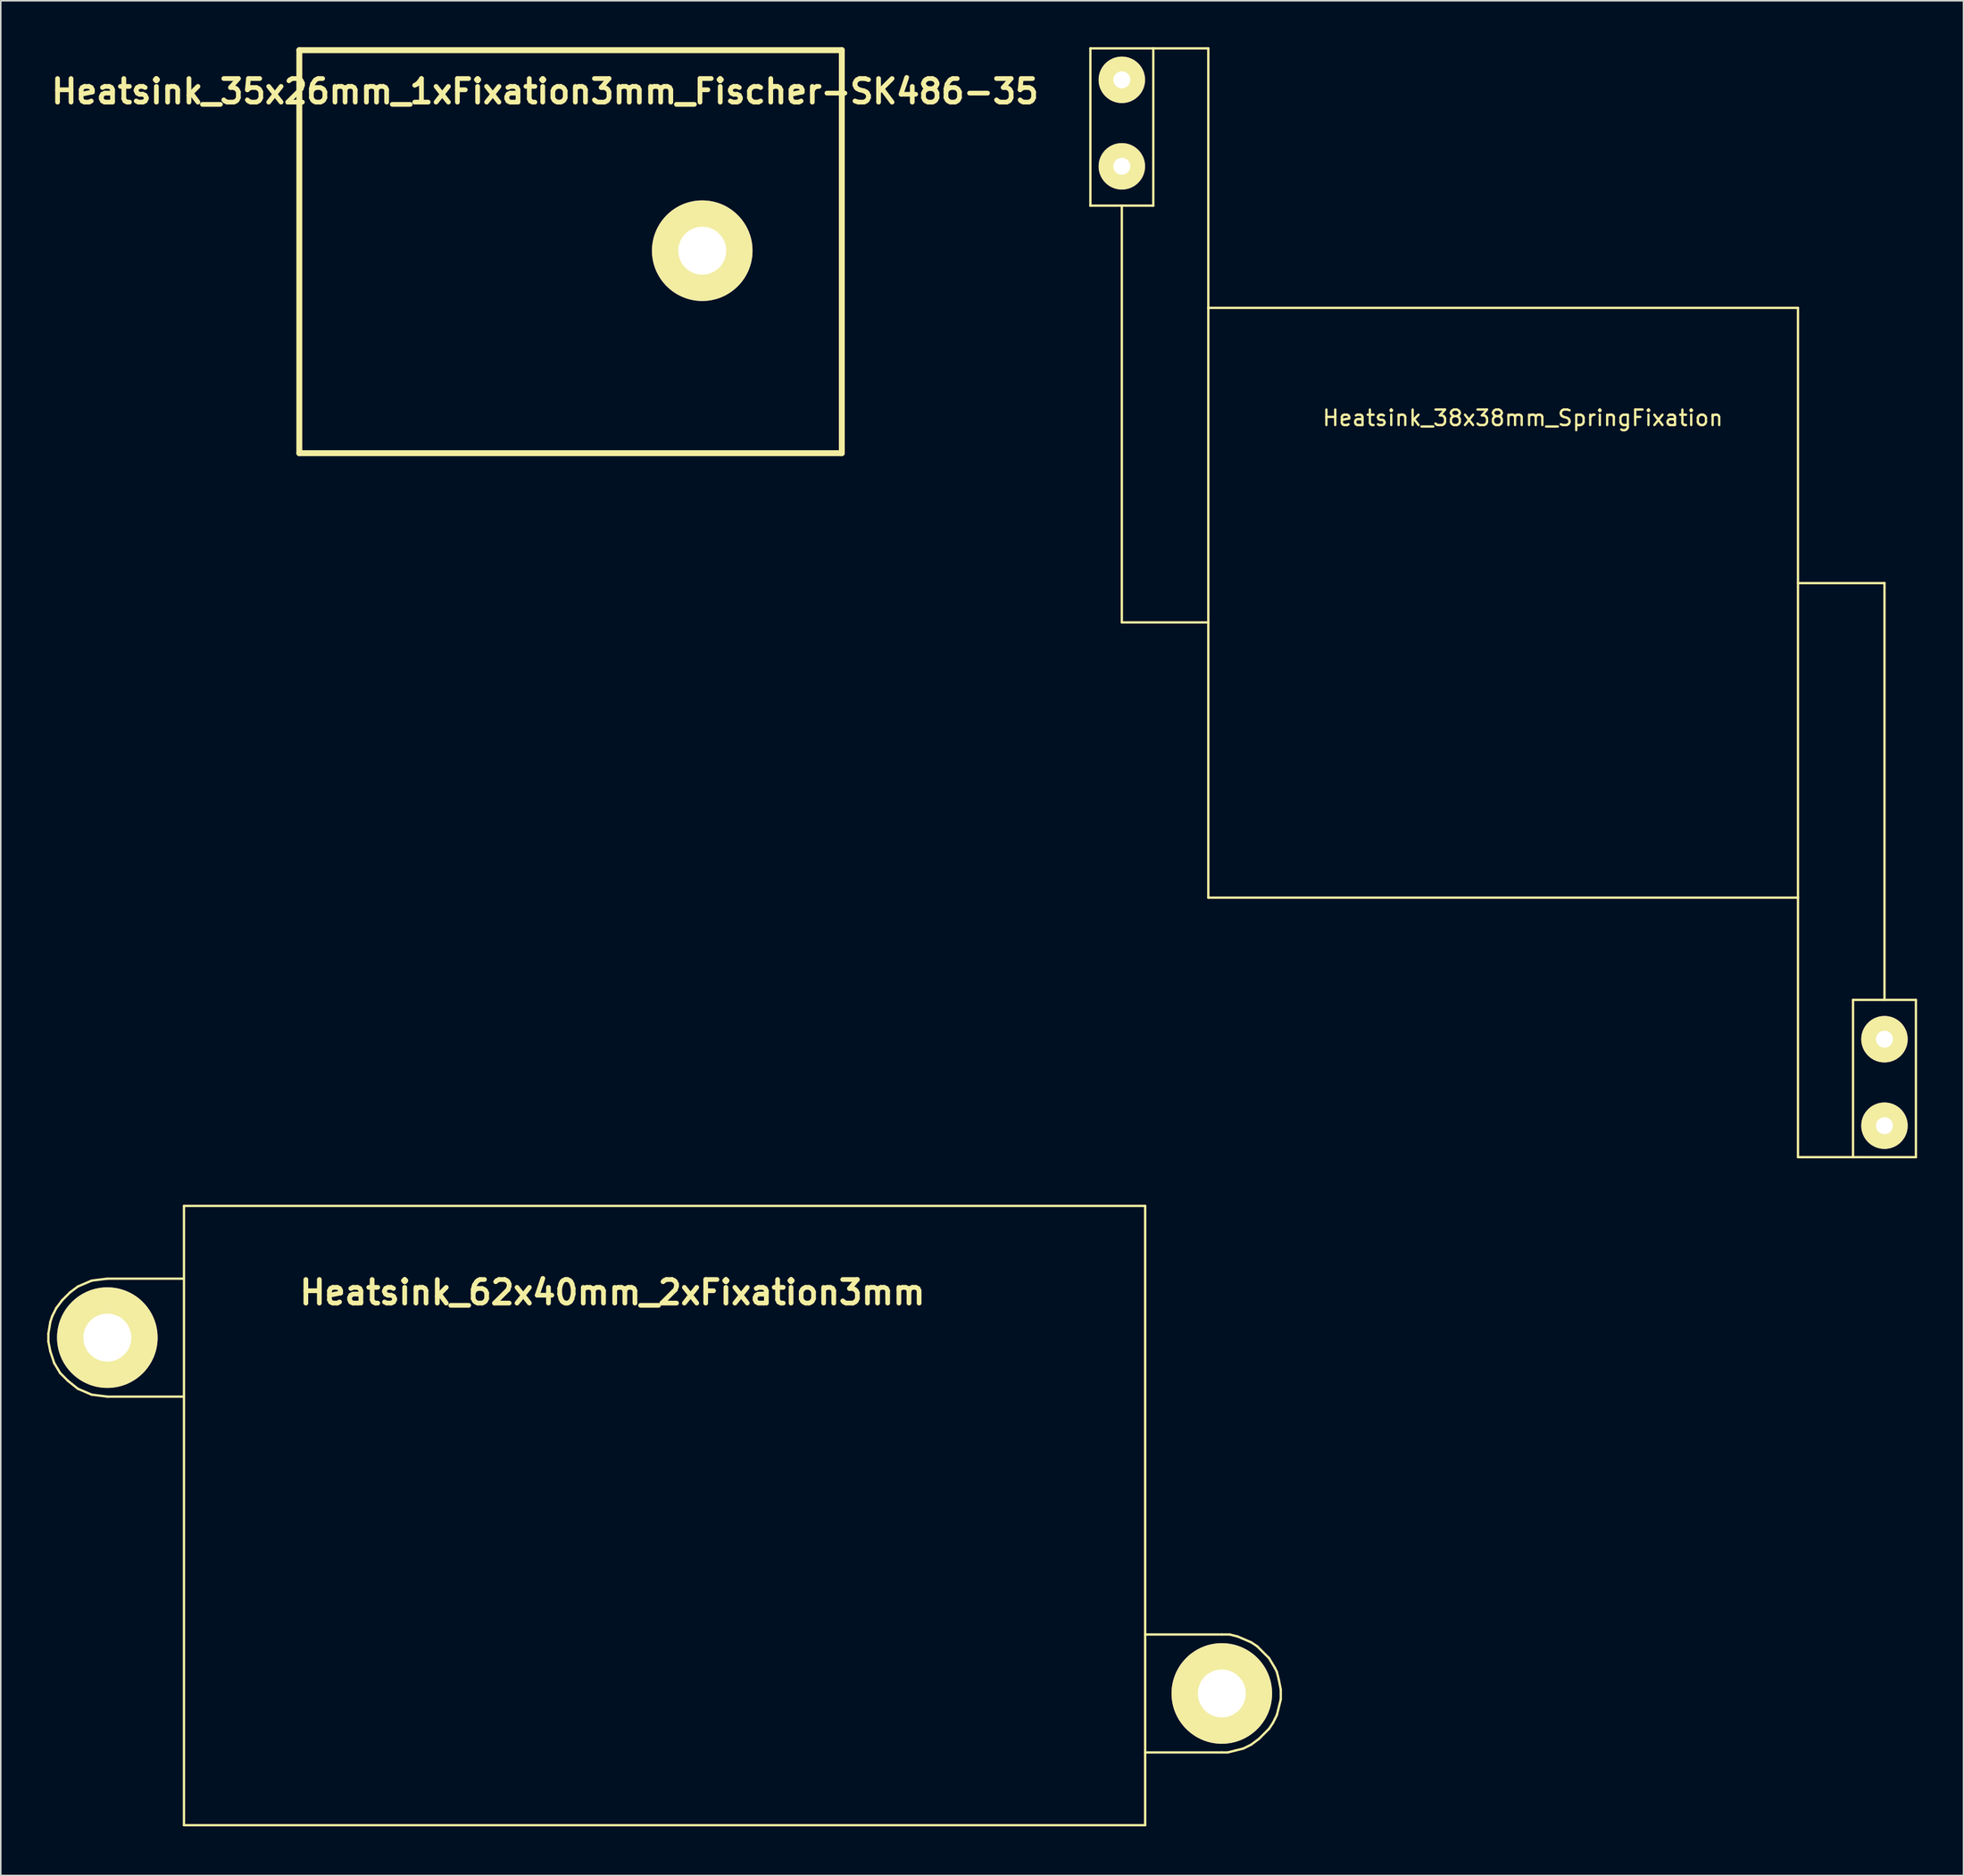
<source format=kicad_pcb>
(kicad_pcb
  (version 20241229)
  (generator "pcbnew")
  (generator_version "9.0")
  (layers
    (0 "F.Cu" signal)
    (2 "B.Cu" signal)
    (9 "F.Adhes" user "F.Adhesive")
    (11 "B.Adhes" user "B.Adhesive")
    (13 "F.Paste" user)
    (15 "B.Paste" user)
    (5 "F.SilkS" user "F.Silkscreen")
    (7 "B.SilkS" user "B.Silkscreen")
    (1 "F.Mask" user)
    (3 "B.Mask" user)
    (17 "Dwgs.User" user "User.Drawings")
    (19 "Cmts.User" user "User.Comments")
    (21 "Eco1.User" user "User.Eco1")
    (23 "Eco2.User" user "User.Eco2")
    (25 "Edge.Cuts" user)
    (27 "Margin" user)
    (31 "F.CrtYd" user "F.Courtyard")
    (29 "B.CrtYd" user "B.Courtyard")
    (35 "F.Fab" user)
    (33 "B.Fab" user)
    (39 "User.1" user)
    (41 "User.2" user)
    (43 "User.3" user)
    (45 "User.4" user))
  (footprint "Heatsink_38x38mm_SpringFixation"
    (layer "F.Cu")
    (at 75.022 54.939)
    (property "Reference" "Heatsink_38x38mm_SpringFixation" (at 20.32 -30.988 0) (layer "F.SilkS") (effects (font (size 1 1) (thickness 0.15))))
    (attr through_hole)
    (fp_line (start -7.62 -54.864) (end -7.62 -44.704) (stroke (width 0.15) (type solid)) (layer "F.SilkS"))
    (fp_line (start -7.62 -44.704) (end -3.556 -44.704) (stroke (width 0.15) (type solid)) (layer "F.SilkS"))
    (fp_line (start -5.588 -17.78) (end -5.588 -44.704) (stroke (width 0.15) (type solid)) (layer "F.SilkS"))
    (fp_line (start -3.556 -54.864) (end -7.62 -54.864) (stroke (width 0.15) (type solid)) (layer "F.SilkS"))
    (fp_line (start -3.556 -54.864) (end 0 -54.864) (stroke (width 0.15) (type solid)) (layer "F.SilkS"))
    (fp_line (start -3.556 -44.704) (end -3.556 -54.864) (stroke (width 0.15) (type solid)) (layer "F.SilkS"))
    (fp_line (start 0 -54.864) (end 0 -38.1) (stroke (width 0.15) (type solid)) (layer "F.SilkS"))
    (fp_line (start 0 -38.1) (end 0 0) (stroke (width 0.15) (type solid)) (layer "F.SilkS"))
    (fp_line (start 0 -17.78) (end -5.588 -17.78) (stroke (width 0.15) (type solid)) (layer "F.SilkS"))
    (fp_line (start 0 0) (end 38.1 0) (stroke (width 0.15) (type solid)) (layer "F.SilkS"))
    (fp_line (start 38.1 -38.1) (end 0 -38.1) (stroke (width 0.15) (type solid)) (layer "F.SilkS"))
    (fp_line (start 38.1 -20.32) (end 43.688 -20.32) (stroke (width 0.15) (type solid)) (layer "F.SilkS"))
    (fp_line (start 38.1 0) (end 38.1 -38.1) (stroke (width 0.15) (type solid)) (layer "F.SilkS"))
    (fp_line (start 38.1 16.764) (end 38.1 0) (stroke (width 0.15) (type solid)) (layer "F.SilkS"))
    (fp_line (start 41.656 6.604) (end 41.656 16.764) (stroke (width 0.15) (type solid)) (layer "F.SilkS"))
    (fp_line (start 41.656 16.764) (end 38.1 16.764) (stroke (width 0.15) (type solid)) (layer "F.SilkS"))
    (fp_line (start 43.688 -20.32) (end 43.688 6.604) (stroke (width 0.15) (type solid)) (layer "F.SilkS"))
    (fp_line (start 45.72 6.604) (end 41.656 6.604) (stroke (width 0.15) (type solid)) (layer "F.SilkS"))
    (fp_line (start 45.72 6.604) (end 45.72 16.764) (stroke (width 0.15) (type solid)) (layer "F.SilkS"))
    (fp_line (start 45.72 16.764) (end 41.656 16.764) (stroke (width 0.15) (type solid)) (layer "F.SilkS"))
    (pad "1" thru_hole circle (at -5.588 -52.832) (size 3 3) (drill 1.1) (layers "*.Cu" "*.Mask" "F.SilkS"))
    (pad "1" thru_hole circle (at -5.588 -47.244) (size 3 3) (drill 1.1) (layers "*.Cu" "*.Mask" "F.SilkS"))
    (pad "1" thru_hole circle (at 43.688 9.144) (size 3 3) (drill 1.1) (layers "*.Cu" "*.Mask" "F.SilkS"))
    (pad "1" thru_hole circle (at 43.688 14.732) (size 3 3) (drill 1.1) (layers "*.Cu" "*.Mask" "F.SilkS")))
  (footprint "Heatsink_62x40mm_2xFixation3mm"
    (layer "F.Cu")
    (at 8.838 114.858)
    (property "Reference" "Heatsink_62x40mm_2xFixation3mm" (at 27.686 -34.417 0) (layer "F.SilkS") (effects (font (size 1.524 1.524) (thickness 0.305))))
    (attr through_hole)
    (fp_line (start -8.763 -31.75) (end -8.763 -31.242) (stroke (width 0.15) (type solid)) (layer "F.SilkS"))
    (fp_line (start -8.763 -31.242) (end -8.636 -30.607) (stroke (width 0.15) (type solid)) (layer "F.SilkS"))
    (fp_line (start -8.636 -32.512) (end -8.763 -31.75) (stroke (width 0.15) (type solid)) (layer "F.SilkS"))
    (fp_line (start -8.636 -30.607) (end -8.382 -29.845) (stroke (width 0.15) (type solid)) (layer "F.SilkS"))
    (fp_line (start -8.509 -32.893) (end -8.636 -32.512) (stroke (width 0.15) (type solid)) (layer "F.SilkS"))
    (fp_line (start -8.382 -29.845) (end -8.001 -29.21) (stroke (width 0.15) (type solid)) (layer "F.SilkS"))
    (fp_line (start -8.255 -33.401) (end -8.509 -32.893) (stroke (width 0.15) (type solid)) (layer "F.SilkS"))
    (fp_line (start -8.001 -29.21) (end -7.493 -28.702) (stroke (width 0.15) (type solid)) (layer "F.SilkS"))
    (fp_line (start -7.874 -33.909) (end -8.255 -33.401) (stroke (width 0.15) (type solid)) (layer "F.SilkS"))
    (fp_line (start -7.493 -28.702) (end -6.858 -28.194) (stroke (width 0.15) (type solid)) (layer "F.SilkS"))
    (fp_line (start -7.366 -34.417) (end -7.874 -33.909) (stroke (width 0.15) (type solid)) (layer "F.SilkS"))
    (fp_line (start -6.858 -34.798) (end -7.366 -34.417) (stroke (width 0.15) (type solid)) (layer "F.SilkS"))
    (fp_line (start -6.858 -28.194) (end -5.969 -27.813) (stroke (width 0.15) (type solid)) (layer "F.SilkS"))
    (fp_line (start -5.969 -35.179) (end -6.858 -34.798) (stroke (width 0.15) (type solid)) (layer "F.SilkS"))
    (fp_line (start -5.969 -27.813) (end -4.953 -27.686) (stroke (width 0.15) (type solid)) (layer "F.SilkS"))
    (fp_line (start -4.953 -35.306) (end -5.969 -35.179) (stroke (width 0.15) (type solid)) (layer "F.SilkS"))
    (fp_line (start -4.953 -35.306) (end 0 -35.306) (stroke (width 0.15) (type solid)) (layer "F.SilkS"))
    (fp_line (start 0 -40.005) (end 0 0) (stroke (width 0.15) (type solid)) (layer "F.SilkS"))
    (fp_line (start 0 -27.686) (end -4.953 -27.686) (stroke (width 0.15) (type solid)) (layer "F.SilkS"))
    (fp_line (start 0 0) (end 62.103 0) (stroke (width 0.15) (type solid)) (layer "F.SilkS"))
    (fp_line (start 62.103 -40.005) (end 0 -40.005) (stroke (width 0.15) (type solid)) (layer "F.SilkS"))
    (fp_line (start 62.103 0) (end 62.103 -40.005) (stroke (width 0.15) (type solid)) (layer "F.SilkS"))
    (fp_line (start 67.056 -12.319) (end 62.103 -12.319) (stroke (width 0.15) (type solid)) (layer "F.SilkS"))
    (fp_line (start 67.056 -12.319) (end 67.564 -12.319) (stroke (width 0.15) (type solid)) (layer "F.SilkS"))
    (fp_line (start 67.056 -4.699) (end 62.103 -4.699) (stroke (width 0.15) (type solid)) (layer "F.SilkS"))
    (fp_line (start 67.437 -4.699) (end 67.056 -4.699) (stroke (width 0.15) (type solid)) (layer "F.SilkS"))
    (fp_line (start 67.564 -12.319) (end 68.072 -12.192) (stroke (width 0.15) (type solid)) (layer "F.SilkS"))
    (fp_line (start 67.945 -4.826) (end 67.437 -4.699) (stroke (width 0.15) (type solid)) (layer "F.SilkS"))
    (fp_line (start 68.072 -12.192) (end 68.961 -11.811) (stroke (width 0.15) (type solid)) (layer "F.SilkS"))
    (fp_line (start 68.453 -4.953) (end 67.945 -4.826) (stroke (width 0.15) (type solid)) (layer "F.SilkS"))
    (fp_line (start 68.961 -11.811) (end 69.342 -11.557) (stroke (width 0.15) (type solid)) (layer "F.SilkS"))
    (fp_line (start 68.961 -5.207) (end 68.453 -4.953) (stroke (width 0.15) (type solid)) (layer "F.SilkS"))
    (fp_line (start 69.342 -11.557) (end 70.104 -10.795) (stroke (width 0.15) (type solid)) (layer "F.SilkS"))
    (fp_line (start 69.469 -5.588) (end 68.961 -5.207) (stroke (width 0.15) (type solid)) (layer "F.SilkS"))
    (fp_line (start 70.104 -10.795) (end 70.485 -10.16) (stroke (width 0.15) (type solid)) (layer "F.SilkS"))
    (fp_line (start 70.104 -6.223) (end 69.469 -5.588) (stroke (width 0.15) (type solid)) (layer "F.SilkS"))
    (fp_line (start 70.358 -6.604) (end 70.104 -6.223) (stroke (width 0.15) (type solid)) (layer "F.SilkS"))
    (fp_line (start 70.485 -10.16) (end 70.612 -9.906) (stroke (width 0.15) (type solid)) (layer "F.SilkS"))
    (fp_line (start 70.485 -6.858) (end 70.358 -6.604) (stroke (width 0.15) (type solid)) (layer "F.SilkS"))
    (fp_line (start 70.612 -9.906) (end 70.739 -9.398) (stroke (width 0.15) (type solid)) (layer "F.SilkS"))
    (fp_line (start 70.612 -7.112) (end 70.485 -6.858) (stroke (width 0.15) (type solid)) (layer "F.SilkS"))
    (fp_line (start 70.739 -9.398) (end 70.866 -8.763) (stroke (width 0.15) (type solid)) (layer "F.SilkS"))
    (fp_line (start 70.866 -8.763) (end 70.866 -8.128) (stroke (width 0.15) (type solid)) (layer "F.SilkS"))
    (fp_line (start 70.866 -8.128) (end 70.612 -7.112) (stroke (width 0.15) (type solid)) (layer "F.SilkS"))
    (pad "1" thru_hole circle (at -4.953 -31.496) (size 6.497 6.497) (drill 3.099) (layers "*.Cu" "*.Mask" "F.SilkS"))
    (pad "1" thru_hole circle (at 67.056 -8.509) (size 6.497 6.497) (drill 3.099) (layers "*.Cu" "*.Mask" "F.SilkS")))
  (footprint "Heatsink_35x26mm_1xFixation3mm_Fischer-SK486-35"
    (layer "F.Cu")
    (at 16.289 26.226)
    (property "Reference" "Heatsink_35x26mm_1xFixation3mm_Fischer-SK486-35" (at 15.875 -23.368 0) (layer "F.SilkS") (effects (font (size 1.524 1.524) (thickness 0.305))))
    (attr through_hole)
    (fp_line (start 0 -26.035) (end 0 0) (stroke (width 0.381) (type solid)) (layer "F.SilkS"))
    (fp_line (start 0 0) (end 35.052 0) (stroke (width 0.381) (type solid)) (layer "F.SilkS"))
    (fp_line (start 35.052 -26.035) (end 0 -26.035) (stroke (width 0.381) (type solid)) (layer "F.SilkS"))
    (fp_line (start 35.052 0) (end 35.052 -26.035) (stroke (width 0.381) (type solid)) (layer "F.SilkS"))
    (pad "1" thru_hole circle (at 26.035 -13.081) (size 6.497 6.497) (drill 3.099) (layers "*.Cu" "*.Mask" "F.SilkS")))
  (gr_rect
    (start -3 -3)
    (end 123.817 118.108)
    (stroke (width 0.1) (type default))
    (fill no)
    (layer "Edge.Cuts")))
</source>
